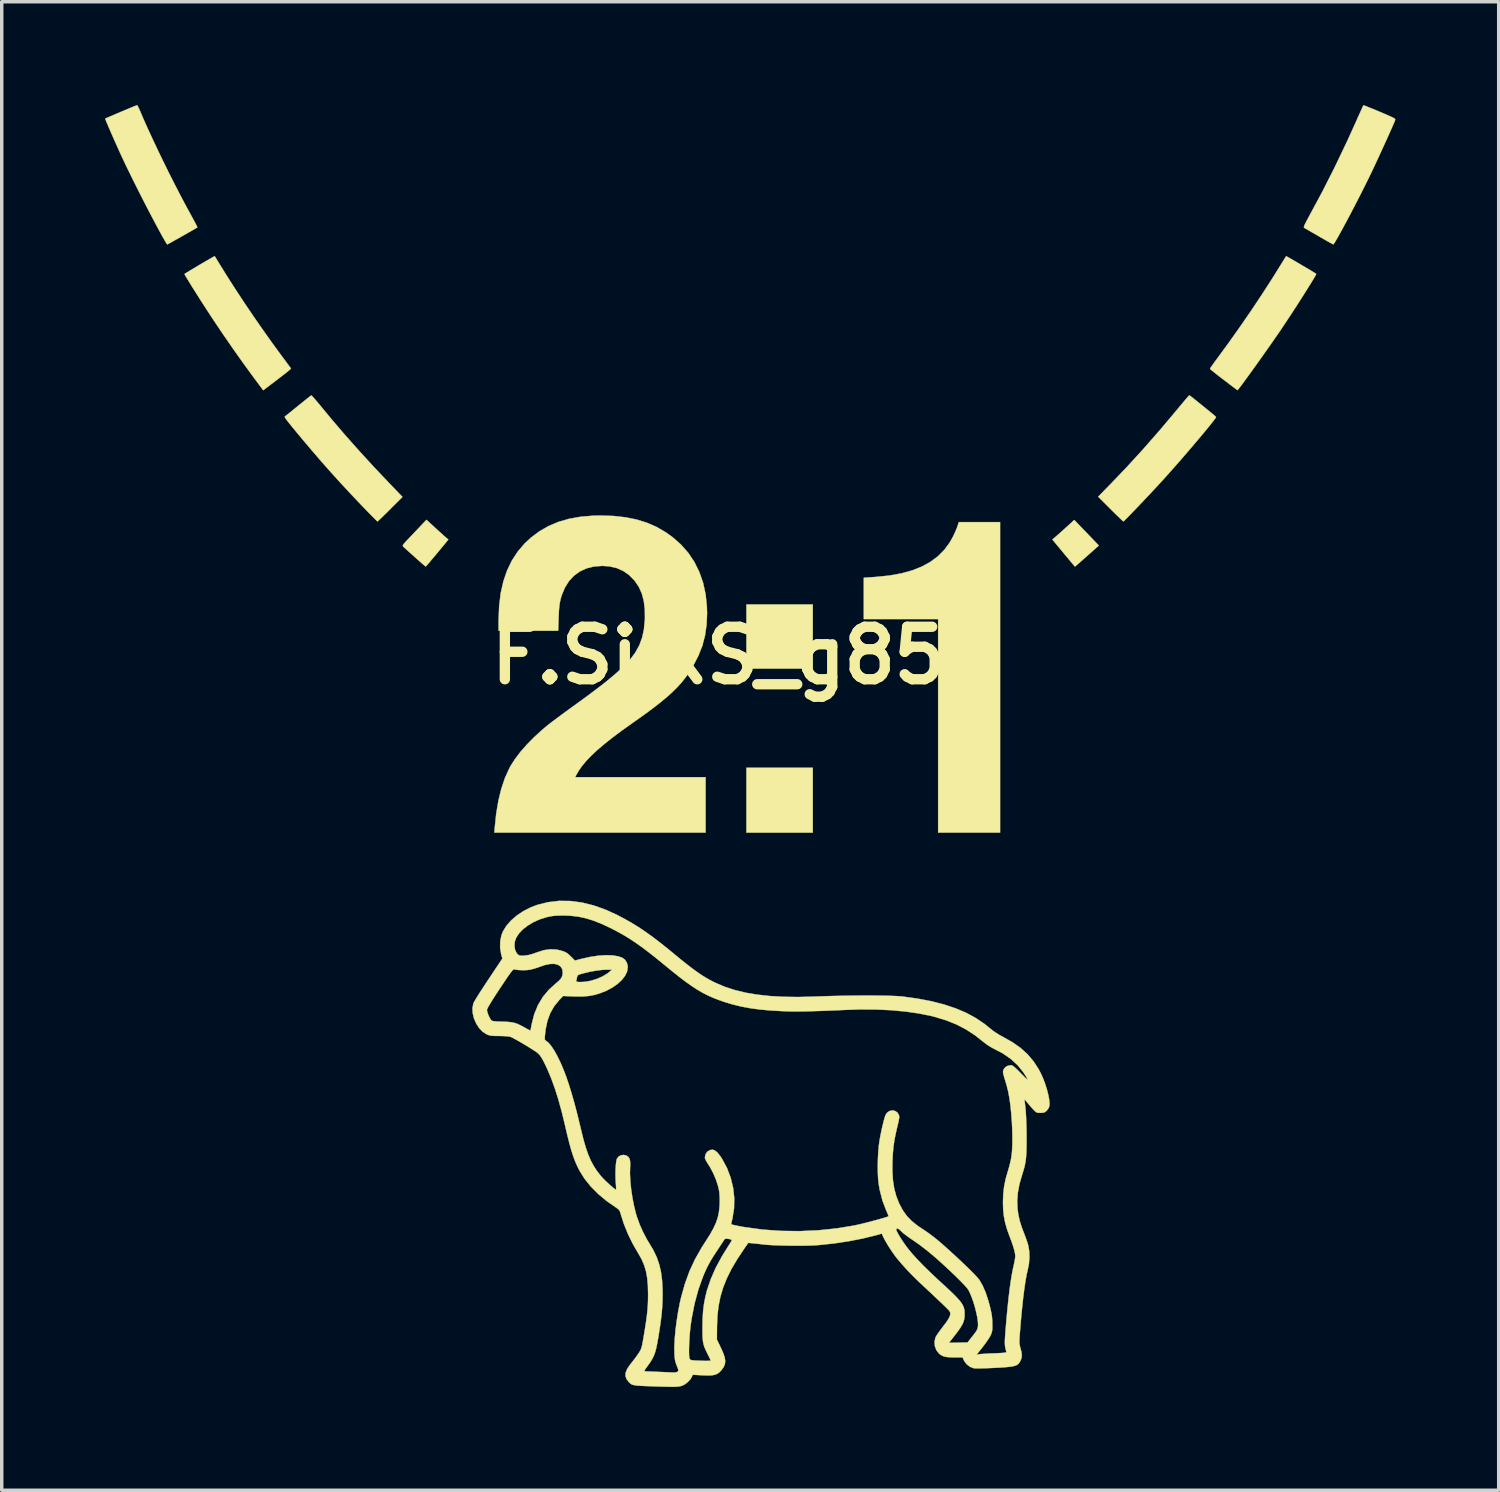
<source format=kicad_pcb>
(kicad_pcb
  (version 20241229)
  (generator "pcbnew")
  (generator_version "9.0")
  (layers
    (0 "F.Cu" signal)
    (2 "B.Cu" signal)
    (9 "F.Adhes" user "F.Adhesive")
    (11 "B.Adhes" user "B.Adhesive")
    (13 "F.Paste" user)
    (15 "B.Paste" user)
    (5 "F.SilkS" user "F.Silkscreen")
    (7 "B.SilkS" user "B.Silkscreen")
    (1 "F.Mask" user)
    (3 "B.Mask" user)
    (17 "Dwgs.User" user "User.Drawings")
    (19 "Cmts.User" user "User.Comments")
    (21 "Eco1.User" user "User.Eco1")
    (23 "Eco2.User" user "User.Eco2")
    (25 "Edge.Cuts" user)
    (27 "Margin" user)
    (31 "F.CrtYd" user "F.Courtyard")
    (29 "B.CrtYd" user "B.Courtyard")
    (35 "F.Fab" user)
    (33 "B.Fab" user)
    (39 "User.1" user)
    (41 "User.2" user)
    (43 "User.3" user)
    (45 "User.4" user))
  (footprint "F.SilkS_g852"
    (layer "F.Cu")
    (at 18.542 15.986)
    (property "Reference" "F.SilkS_g852" (at 0 0 0) (layer "F.SilkS") (effects (font (size 1.524 1.524) (thickness 0.3))))
    (attr through_hole)
    (fp_poly (pts (xy 2.011 0.381) (xy 0.085 0.381) (xy 0.085 -1.482) (xy 2.011 -1.482) (xy 2.011 0.381)) (stroke (width 0.01) (type solid)) (fill yes) (layer "F.SilkS"))
    (fp_poly (pts (xy 2.011 5.144) (xy 0.085 5.144) (xy 0.085 3.26) (xy 2.011 3.26) (xy 2.011 5.144)) (stroke (width 0.01) (type solid)) (fill yes) (layer "F.SilkS"))
    (fp_poly (pts (xy 7.451 5.144) (xy 5.652 5.144) (xy 5.652 -1.058) (xy 3.493 -1.058) (xy 3.493 -2.257) (xy 3.858 -2.283) (xy 4.239 -2.322) (xy 4.585 -2.385) (xy 4.898 -2.471) (xy 5.178 -2.582) (xy 5.426 -2.718) (xy 5.642 -2.878) (xy 5.829 -3.065) (xy 5.986 -3.278) (xy 6.073 -3.431) (xy 6.121 -3.53) (xy 6.166 -3.63) (xy 6.201 -3.716) (xy 6.214 -3.754) (xy 6.252 -3.873) (xy 7.451 -3.873) (xy 7.451 5.144)) (stroke (width 0.01) (type solid)) (fill yes) (layer "F.SilkS"))
    (fp_poly (pts (xy 9.783 -3.751) (xy 9.876 -3.654) (xy 9.983 -3.543) (xy 10.087 -3.435) (xy 10.14 -3.38) (xy 10.319 -3.193) (xy 10.23 -3.115) (xy 10.183 -3.074) (xy 10.113 -3.011) (xy 10.027 -2.935) (xy 9.933 -2.851) (xy 9.886 -2.81) (xy 9.8 -2.733) (xy 9.726 -2.668) (xy 9.668 -2.618) (xy 9.633 -2.589) (xy 9.625 -2.583) (xy 9.611 -2.599) (xy 9.573 -2.643) (xy 9.516 -2.711) (xy 9.444 -2.798) (xy 9.359 -2.899) (xy 9.295 -2.976) (xy 8.97 -3.368) (xy 9.062 -3.446) (xy 9.112 -3.49) (xy 9.185 -3.554) (xy 9.271 -3.631) (xy 9.361 -3.713) (xy 9.38 -3.73) (xy 9.605 -3.936) (xy 9.783 -3.751)) (stroke (width 0.01) (type solid)) (fill yes) (layer "F.SilkS"))
    (fp_poly (pts (xy -8.969 -3.722) (xy -8.879 -3.639) (xy -8.793 -3.561) (xy -8.719 -3.494) (xy -8.665 -3.446) (xy -8.651 -3.435) (xy -8.572 -3.366) (xy -8.895 -2.976) (xy -8.986 -2.867) (xy -9.068 -2.77) (xy -9.136 -2.688) (xy -9.189 -2.628) (xy -9.221 -2.592) (xy -9.229 -2.585) (xy -9.247 -2.598) (xy -9.292 -2.635) (xy -9.358 -2.692) (xy -9.44 -2.765) (xy -9.535 -2.849) (xy -9.546 -2.859) (xy -9.643 -2.946) (xy -9.731 -3.025) (xy -9.804 -3.091) (xy -9.856 -3.139) (xy -9.883 -3.164) (xy -9.884 -3.165) (xy -9.894 -3.183) (xy -9.89 -3.206) (xy -9.865 -3.242) (xy -9.816 -3.297) (xy -9.778 -3.339) (xy -9.711 -3.409) (xy -9.625 -3.499) (xy -9.531 -3.599) (xy -9.439 -3.696) (xy -9.425 -3.711) (xy -9.208 -3.94) (xy -8.969 -3.722)) (stroke (width 0.01) (type solid)) (fill yes) (layer "F.SilkS"))
    (fp_poly (pts (xy -15.344 -11.576) (xy -15.314 -11.527) (xy -15.272 -11.458) (xy -15.23 -11.39) (xy -15.007 -11.029) (xy -14.761 -10.644) (xy -14.497 -10.243) (xy -14.22 -9.834) (xy -13.935 -9.424) (xy -13.648 -9.021) (xy -13.414 -8.702) (xy -13.141 -8.334) (xy -13.19 -8.287) (xy -13.222 -8.26) (xy -13.281 -8.213) (xy -13.363 -8.149) (xy -13.46 -8.074) (xy -13.568 -7.991) (xy -13.594 -7.972) (xy -13.948 -7.703) (xy -14.222 -8.071) (xy -14.514 -8.471) (xy -14.818 -8.9) (xy -15.125 -9.345) (xy -15.367 -9.705) (xy -15.459 -9.844) (xy -15.556 -9.992) (xy -15.655 -10.146) (xy -15.755 -10.3) (xy -15.851 -10.452) (xy -15.942 -10.596) (xy -16.026 -10.729) (xy -16.098 -10.847) (xy -16.158 -10.945) (xy -16.202 -11.019) (xy -16.227 -11.065) (xy -16.232 -11.08) (xy -16.209 -11.095) (xy -16.156 -11.128) (xy -16.081 -11.174) (xy -15.988 -11.23) (xy -15.884 -11.292) (xy -15.775 -11.357) (xy -15.667 -11.42) (xy -15.566 -11.479) (xy -15.479 -11.529) (xy -15.411 -11.568) (xy -15.369 -11.591) (xy -15.357 -11.596) (xy -15.344 -11.576)) (stroke (width 0.01) (type solid)) (fill yes) (layer "F.SilkS"))
    (fp_poly (pts (xy -12.534 -7.539) (xy -12.495 -7.498) (xy -12.44 -7.436) (xy -12.375 -7.359) (xy -12.359 -7.34) (xy -11.964 -6.862) (xy -11.567 -6.398) (xy -11.16 -5.94) (xy -10.735 -5.476) (xy -10.284 -4.999) (xy -10.281 -4.997) (xy -9.905 -4.605) (xy -10.26 -4.25) (xy -10.36 -4.15) (xy -10.451 -4.061) (xy -10.527 -3.987) (xy -10.585 -3.932) (xy -10.62 -3.901) (xy -10.629 -3.895) (xy -10.647 -3.909) (xy -10.69 -3.951) (xy -10.754 -4.015) (xy -10.837 -4.098) (xy -10.933 -4.197) (xy -11.039 -4.307) (xy -11.055 -4.323) (xy -11.381 -4.666) (xy -11.684 -4.992) (xy -11.972 -5.309) (xy -12.254 -5.628) (xy -12.539 -5.959) (xy -12.762 -6.223) (xy -12.906 -6.395) (xy -13.024 -6.538) (xy -13.12 -6.654) (xy -13.194 -6.746) (xy -13.249 -6.816) (xy -13.288 -6.868) (xy -13.311 -6.903) (xy -13.322 -6.926) (xy -13.322 -6.937) (xy -13.32 -6.94) (xy -13.298 -6.956) (xy -13.249 -6.996) (xy -13.176 -7.054) (xy -13.086 -7.127) (xy -12.983 -7.21) (xy -12.935 -7.25) (xy -12.828 -7.336) (xy -12.732 -7.413) (xy -12.652 -7.476) (xy -12.593 -7.523) (xy -12.559 -7.548) (xy -12.553 -7.552) (xy -12.534 -7.539)) (stroke (width 0.01) (type solid)) (fill yes) (layer "F.SilkS"))
    (fp_poly (pts (xy 12.965 -7.544) (xy 13.011 -7.509) (xy 13.079 -7.456) (xy 13.162 -7.389) (xy 13.255 -7.314) (xy 13.353 -7.235) (xy 13.45 -7.156) (xy 13.54 -7.082) (xy 13.618 -7.018) (xy 13.678 -6.967) (xy 13.714 -6.935) (xy 13.723 -6.927) (xy 13.713 -6.905) (xy 13.677 -6.855) (xy 13.619 -6.779) (xy 13.541 -6.681) (xy 13.446 -6.564) (xy 13.336 -6.431) (xy 13.214 -6.286) (xy 13.082 -6.13) (xy 12.944 -5.968) (xy 12.802 -5.803) (xy 12.659 -5.638) (xy 12.517 -5.476) (xy 12.379 -5.32) (xy 12.247 -5.173) (xy 12.228 -5.152) (xy 12.131 -5.045) (xy 12.022 -4.927) (xy 11.904 -4.8) (xy 11.782 -4.669) (xy 11.658 -4.538) (xy 11.536 -4.409) (xy 11.42 -4.287) (xy 11.312 -4.175) (xy 11.217 -4.077) (xy 11.138 -3.996) (xy 11.079 -3.937) (xy 11.042 -3.902) (xy 11.032 -3.895) (xy 11.013 -3.909) (xy 10.969 -3.949) (xy 10.904 -4.012) (xy 10.822 -4.091) (xy 10.727 -4.185) (xy 10.658 -4.254) (xy 10.3 -4.612) (xy 10.669 -4.989) (xy 11.132 -5.473) (xy 11.605 -5.99) (xy 12.09 -6.544) (xy 12.588 -7.135) (xy 12.591 -7.138) (xy 12.684 -7.252) (xy 12.769 -7.353) (xy 12.842 -7.439) (xy 12.898 -7.504) (xy 12.934 -7.544) (xy 12.947 -7.556) (xy 12.965 -7.544)) (stroke (width 0.01) (type solid)) (fill yes) (layer "F.SilkS"))
    (fp_poly (pts (xy 15.777 -11.587) (xy 15.826 -11.56) (xy 15.899 -11.518) (xy 15.989 -11.466) (xy 16.092 -11.406) (xy 16.201 -11.342) (xy 16.309 -11.278) (xy 16.411 -11.218) (xy 16.5 -11.164) (xy 16.571 -11.121) (xy 16.617 -11.092) (xy 16.632 -11.082) (xy 16.625 -11.061) (xy 16.596 -11.009) (xy 16.549 -10.93) (xy 16.487 -10.827) (xy 16.41 -10.704) (xy 16.323 -10.565) (xy 16.228 -10.414) (xy 16.126 -10.255) (xy 16.021 -10.092) (xy 15.915 -9.929) (xy 15.81 -9.77) (xy 15.709 -9.618) (xy 15.626 -9.493) (xy 15.535 -9.359) (xy 15.433 -9.212) (xy 15.324 -9.055) (xy 15.209 -8.892) (xy 15.092 -8.726) (xy 14.975 -8.561) (xy 14.86 -8.4) (xy 14.751 -8.248) (xy 14.649 -8.108) (xy 14.558 -7.983) (xy 14.48 -7.876) (xy 14.417 -7.793) (xy 14.372 -7.735) (xy 14.347 -7.708) (xy 14.344 -7.706) (xy 14.327 -7.718) (xy 14.281 -7.753) (xy 14.21 -7.806) (xy 14.12 -7.874) (xy 14.016 -7.954) (xy 13.945 -8.007) (xy 13.833 -8.093) (xy 13.733 -8.171) (xy 13.65 -8.237) (xy 13.589 -8.287) (xy 13.554 -8.318) (xy 13.548 -8.326) (xy 13.559 -8.348) (xy 13.592 -8.398) (xy 13.643 -8.47) (xy 13.706 -8.557) (xy 13.754 -8.622) (xy 14.082 -9.07) (xy 14.414 -9.538) (xy 14.743 -10.015) (xy 15.06 -10.491) (xy 15.36 -10.956) (xy 15.563 -11.282) (xy 15.626 -11.383) (xy 15.68 -11.471) (xy 15.723 -11.54) (xy 15.75 -11.583) (xy 15.759 -11.596) (xy 15.777 -11.587)) (stroke (width 0.01) (type solid)) (fill yes) (layer "F.SilkS"))
    (fp_poly (pts (xy -17.596 -15.963) (xy -17.571 -15.914) (xy -17.539 -15.845) (xy -17.527 -15.817) (xy -17.422 -15.571) (xy -17.299 -15.296) (xy -17.161 -14.998) (xy -17.013 -14.684) (xy -16.858 -14.362) (xy -16.699 -14.039) (xy -16.539 -13.722) (xy -16.382 -13.417) (xy -16.232 -13.132) (xy -16.108 -12.903) (xy -16.039 -12.776) (xy -15.977 -12.662) (xy -15.925 -12.566) (xy -15.887 -12.492) (xy -15.865 -12.446) (xy -15.86 -12.433) (xy -15.88 -12.42) (xy -15.93 -12.391) (xy -16.005 -12.348) (xy -16.098 -12.295) (xy -16.202 -12.236) (xy -16.311 -12.174) (xy -16.42 -12.112) (xy -16.522 -12.055) (xy -16.61 -12.005) (xy -16.679 -11.967) (xy -16.722 -11.944) (xy -16.734 -11.938) (xy -16.748 -11.955) (xy -16.775 -11.997) (xy -16.794 -12.028) (xy -16.878 -12.175) (xy -16.976 -12.355) (xy -17.087 -12.561) (xy -17.207 -12.788) (xy -17.332 -13.028) (xy -17.46 -13.277) (xy -17.587 -13.529) (xy -17.711 -13.776) (xy -17.828 -14.014) (xy -17.936 -14.235) (xy -18.031 -14.435) (xy -18.075 -14.531) (xy -18.139 -14.672) (xy -18.205 -14.819) (xy -18.271 -14.967) (xy -18.334 -15.11) (xy -18.393 -15.244) (xy -18.444 -15.363) (xy -18.486 -15.462) (xy -18.517 -15.536) (xy -18.534 -15.58) (xy -18.537 -15.591) (xy -18.515 -15.601) (xy -18.462 -15.625) (xy -18.382 -15.659) (xy -18.284 -15.701) (xy -18.173 -15.749) (xy -18.056 -15.798) (xy -17.941 -15.846) (xy -17.833 -15.891) (xy -17.74 -15.93) (xy -17.667 -15.959) (xy -17.622 -15.977) (xy -17.611 -15.981) (xy -17.596 -15.963)) (stroke (width 0.01) (type solid)) (fill yes) (layer "F.SilkS"))
    (fp_poly (pts (xy 18.024 -15.972) (xy 18.078 -15.952) (xy 18.16 -15.919) (xy 18.265 -15.877) (xy 18.387 -15.826) (xy 18.475 -15.789) (xy 18.622 -15.727) (xy 18.733 -15.679) (xy 18.814 -15.642) (xy 18.87 -15.615) (xy 18.904 -15.594) (xy 18.921 -15.577) (xy 18.926 -15.562) (xy 18.923 -15.546) (xy 18.921 -15.542) (xy 18.897 -15.483) (xy 18.858 -15.391) (xy 18.805 -15.272) (xy 18.743 -15.132) (xy 18.673 -14.976) (xy 18.597 -14.81) (xy 18.519 -14.64) (xy 18.442 -14.471) (xy 18.366 -14.308) (xy 18.296 -14.159) (xy 18.247 -14.054) (xy 18.168 -13.892) (xy 18.082 -13.717) (xy 17.99 -13.533) (xy 17.894 -13.343) (xy 17.795 -13.151) (xy 17.696 -12.961) (xy 17.6 -12.776) (xy 17.506 -12.6) (xy 17.419 -12.438) (xy 17.339 -12.292) (xy 17.27 -12.166) (xy 17.211 -12.064) (xy 17.167 -11.99) (xy 17.137 -11.948) (xy 17.127 -11.939) (xy 17.106 -11.95) (xy 17.053 -11.978) (xy 16.974 -12.022) (xy 16.876 -12.078) (xy 16.763 -12.143) (xy 16.711 -12.173) (xy 16.592 -12.242) (xy 16.484 -12.304) (xy 16.393 -12.357) (xy 16.326 -12.396) (xy 16.286 -12.419) (xy 16.28 -12.423) (xy 16.273 -12.437) (xy 16.281 -12.47) (xy 16.304 -12.524) (xy 16.344 -12.604) (xy 16.404 -12.716) (xy 16.421 -12.747) (xy 16.804 -13.459) (xy 17.18 -14.202) (xy 17.543 -14.963) (xy 17.78 -15.485) (xy 17.839 -15.618) (xy 17.892 -15.737) (xy 17.938 -15.838) (xy 17.973 -15.916) (xy 17.996 -15.964) (xy 18.003 -15.978) (xy 18.024 -15.972)) (stroke (width 0.01) (type solid)) (fill yes) (layer "F.SilkS"))
    (fp_poly (pts (xy -3.773 -4.052) (xy -3.425 -4.013) (xy -3.103 -3.948) (xy -2.805 -3.855) (xy -2.525 -3.733) (xy -2.262 -3.58) (xy -2.061 -3.437) (xy -1.816 -3.221) (xy -1.604 -2.98) (xy -1.426 -2.714) (xy -1.283 -2.424) (xy -1.174 -2.112) (xy -1.101 -1.779) (xy -1.064 -1.424) (xy -1.058 -1.225) (xy -1.073 -0.891) (xy -1.118 -0.581) (xy -1.196 -0.285) (xy -1.309 0.004) (xy -1.459 0.295) (xy -1.488 0.345) (xy -1.584 0.498) (xy -1.687 0.643) (xy -1.8 0.784) (xy -1.926 0.924) (xy -2.069 1.065) (xy -2.231 1.211) (xy -2.417 1.365) (xy -2.629 1.53) (xy -2.871 1.709) (xy -3.146 1.905) (xy -3.207 1.947) (xy -3.517 2.168) (xy -3.791 2.372) (xy -4.031 2.562) (xy -4.239 2.738) (xy -4.417 2.904) (xy -4.567 3.061) (xy -4.691 3.21) (xy -4.791 3.353) (xy -4.855 3.466) (xy -4.891 3.535) (xy -1.101 3.535) (xy -1.101 5.144) (xy -7.235 5.144) (xy -7.225 5.011) (xy -7.182 4.597) (xy -7.119 4.219) (xy -7.035 3.875) (xy -6.931 3.564) (xy -6.805 3.285) (xy -6.751 3.186) (xy -6.628 2.996) (xy -6.473 2.793) (xy -6.289 2.584) (xy -6.082 2.374) (xy -5.858 2.168) (xy -5.685 2.023) (xy -5.615 1.969) (xy -5.517 1.894) (xy -5.399 1.806) (xy -5.266 1.707) (xy -5.126 1.605) (xy -4.985 1.503) (xy -4.983 1.501) (xy -4.719 1.31) (xy -4.486 1.139) (xy -4.282 0.985) (xy -4.101 0.847) (xy -3.942 0.72) (xy -3.799 0.601) (xy -3.669 0.489) (xy -3.549 0.379) (xy -3.485 0.318) (xy -3.293 0.116) (xy -3.141 -0.087) (xy -3.025 -0.298) (xy -2.942 -0.524) (xy -2.89 -0.77) (xy -2.864 -1.044) (xy -2.863 -1.069) (xy -2.866 -1.341) (xy -2.896 -1.583) (xy -2.953 -1.799) (xy -3.039 -1.991) (xy -3.155 -2.164) (xy -3.167 -2.178) (xy -3.322 -2.336) (xy -3.495 -2.457) (xy -3.688 -2.542) (xy -3.903 -2.59) (xy -4.106 -2.603) (xy -4.344 -2.584) (xy -4.561 -2.53) (xy -4.755 -2.44) (xy -4.925 -2.316) (xy -5.07 -2.158) (xy -5.189 -1.968) (xy -5.28 -1.747) (xy -5.314 -1.63) (xy -5.334 -1.536) (xy -5.349 -1.431) (xy -5.36 -1.307) (xy -5.368 -1.153) (xy -5.37 -1.085) (xy -5.382 -0.72) (xy -7.112 -0.72) (xy -7.112 -1.042) (xy -7.096 -1.441) (xy -7.051 -1.811) (xy -6.974 -2.153) (xy -6.866 -2.468) (xy -6.727 -2.756) (xy -6.556 -3.018) (xy -6.353 -3.256) (xy -6.175 -3.421) (xy -5.929 -3.606) (xy -5.662 -3.759) (xy -5.375 -3.88) (xy -5.064 -3.97) (xy -4.727 -4.03) (xy -4.362 -4.06) (xy -4.152 -4.064) (xy -3.773 -4.052)) (stroke (width 0.01) (type solid)) (fill yes) (layer "F.SilkS"))
    (fp_poly (pts (xy -5.029 7.13) (xy -4.692 7.174) (xy -4.346 7.26) (xy -3.993 7.387) (xy -3.672 7.534) (xy -3.454 7.649) (xy -3.246 7.767) (xy -3.043 7.892) (xy -2.839 8.029) (xy -2.627 8.182) (xy -2.401 8.355) (xy -2.155 8.552) (xy -2.043 8.645) (xy -1.834 8.817) (xy -1.651 8.963) (xy -1.49 9.087) (xy -1.346 9.192) (xy -1.215 9.282) (xy -1.09 9.359) (xy -0.969 9.428) (xy -0.845 9.491) (xy -0.794 9.515) (xy -0.529 9.626) (xy -0.244 9.718) (xy 0.064 9.793) (xy 0.397 9.849) (xy 0.759 9.889) (xy 1.151 9.911) (xy 1.577 9.918) (xy 2.038 9.907) (xy 2.138 9.903) (xy 2.359 9.895) (xy 2.595 9.888) (xy 2.84 9.883) (xy 3.09 9.879) (xy 3.339 9.876) (xy 3.581 9.875) (xy 3.812 9.876) (xy 4.027 9.879) (xy 4.219 9.882) (xy 4.385 9.888) (xy 4.518 9.895) (xy 4.604 9.902) (xy 5.047 9.963) (xy 5.452 10.04) (xy 5.823 10.135) (xy 6.162 10.248) (xy 6.47 10.379) (xy 6.75 10.531) (xy 7.004 10.703) (xy 7.165 10.834) (xy 7.285 10.927) (xy 7.43 11.019) (xy 7.536 11.077) (xy 7.81 11.231) (xy 8.047 11.398) (xy 8.25 11.582) (xy 8.424 11.787) (xy 8.572 12.016) (xy 8.636 12.139) (xy 8.702 12.286) (xy 8.761 12.444) (xy 8.811 12.603) (xy 8.85 12.756) (xy 8.876 12.894) (xy 8.887 13.01) (xy 8.882 13.086) (xy 8.857 13.149) (xy 8.813 13.21) (xy 8.804 13.22) (xy 8.758 13.258) (xy 8.711 13.276) (xy 8.645 13.282) (xy 8.623 13.282) (xy 8.556 13.28) (xy 8.511 13.269) (xy 8.471 13.241) (xy 8.42 13.188) (xy 8.418 13.186) (xy 8.352 13.113) (xy 8.28 13.03) (xy 8.243 12.987) (xy 8.158 12.883) (xy 8.188 13.146) (xy 8.197 13.25) (xy 8.205 13.388) (xy 8.212 13.549) (xy 8.217 13.725) (xy 8.22 13.907) (xy 8.22 13.97) (xy 8.22 14.179) (xy 8.217 14.353) (xy 8.211 14.499) (xy 8.2 14.625) (xy 8.183 14.737) (xy 8.161 14.844) (xy 8.131 14.953) (xy 8.097 15.06) (xy 8.015 15.342) (xy 7.966 15.604) (xy 7.948 15.852) (xy 7.958 16.071) (xy 7.983 16.249) (xy 8.022 16.421) (xy 8.078 16.6) (xy 8.145 16.775) (xy 8.185 16.88) (xy 8.224 16.989) (xy 8.255 17.084) (xy 8.267 17.124) (xy 8.296 17.29) (xy 8.303 17.476) (xy 8.289 17.664) (xy 8.26 17.812) (xy 8.224 17.97) (xy 8.188 18.167) (xy 8.153 18.403) (xy 8.119 18.674) (xy 8.087 18.977) (xy 8.055 19.312) (xy 8.033 19.585) (xy 8.022 19.724) (xy 8.015 19.829) (xy 8.012 19.907) (xy 8.013 19.967) (xy 8.019 20.016) (xy 8.028 20.063) (xy 8.042 20.116) (xy 8.044 20.121) (xy 8.072 20.232) (xy 8.083 20.317) (xy 8.077 20.387) (xy 8.053 20.457) (xy 8.043 20.48) (xy 8.016 20.529) (xy 7.986 20.568) (xy 7.948 20.599) (xy 7.896 20.623) (xy 7.825 20.642) (xy 7.732 20.656) (xy 7.609 20.668) (xy 7.454 20.679) (xy 7.292 20.687) (xy 7.119 20.695) (xy 6.967 20.7) (xy 6.841 20.703) (xy 6.745 20.702) (xy 6.685 20.698) (xy 6.676 20.696) (xy 6.575 20.655) (xy 6.482 20.584) (xy 6.413 20.493) (xy 6.4 20.468) (xy 6.363 20.384) (xy 6.123 20.384) (xy 5.982 20.38) (xy 5.874 20.368) (xy 5.79 20.345) (xy 5.723 20.309) (xy 5.676 20.271) (xy 5.602 20.175) (xy 5.558 20.058) (xy 5.547 19.933) (xy 5.572 19.813) (xy 5.576 19.802) (xy 5.6 19.759) (xy 5.645 19.691) (xy 5.705 19.607) (xy 5.774 19.515) (xy 5.795 19.487) (xy 5.888 19.365) (xy 5.952 19.267) (xy 5.991 19.19) (xy 6.006 19.128) (xy 6 19.076) (xy 5.982 19.041) (xy 5.968 19.022) (xy 5.942 18.994) (xy 5.902 18.953) (xy 5.845 18.897) (xy 5.77 18.825) (xy 5.674 18.734) (xy 5.555 18.621) (xy 5.411 18.486) (xy 5.239 18.325) (xy 5.135 18.228) (xy 4.945 18.044) (xy 4.762 17.856) (xy 4.595 17.671) (xy 4.45 17.499) (xy 4.401 17.435) (xy 4.328 17.333) (xy 4.251 17.218) (xy 4.177 17.1) (xy 4.113 16.99) (xy 4.064 16.897) (xy 4.045 16.856) (xy 4.018 16.789) (xy 3.83 16.841) (xy 3.456 16.932) (xy 3.055 17.01) (xy 2.64 17.073) (xy 2.226 17.117) (xy 2.117 17.126) (xy 1.973 17.134) (xy 1.8 17.138) (xy 1.608 17.14) (xy 1.405 17.139) (xy 1.2 17.136) (xy 1.004 17.13) (xy 0.824 17.123) (xy 0.671 17.113) (xy 0.582 17.104) (xy 0.477 17.092) (xy 0.367 17.08) (xy 0.275 17.071) (xy 0.138 17.057) (xy 0.008 17.244) (xy -0.189 17.543) (xy -0.354 17.823) (xy -0.487 18.092) (xy -0.592 18.356) (xy -0.671 18.62) (xy -0.725 18.891) (xy -0.758 19.175) (xy -0.77 19.479) (xy -0.77 19.484) (xy -0.773 19.865) (xy -0.651 20.119) (xy -0.585 20.268) (xy -0.545 20.391) (xy -0.531 20.494) (xy -0.543 20.585) (xy -0.58 20.67) (xy -0.643 20.756) (xy -0.646 20.759) (xy -0.704 20.819) (xy -0.766 20.862) (xy -0.839 20.89) (xy -0.93 20.905) (xy -1.048 20.908) (xy -1.193 20.903) (xy -1.475 20.888) (xy -1.501 20.95) (xy -1.545 21.021) (xy -1.613 21.095) (xy -1.693 21.159) (xy -1.757 21.195) (xy -1.798 21.21) (xy -1.84 21.222) (xy -1.89 21.23) (xy -1.953 21.235) (xy -2.033 21.237) (xy -2.137 21.237) (xy -2.27 21.234) (xy -2.438 21.229) (xy -2.519 21.227) (xy -2.711 21.22) (xy -2.865 21.215) (xy -2.987 21.209) (xy -3.081 21.202) (xy -3.152 21.193) (xy -3.204 21.183) (xy -3.243 21.169) (xy -3.274 21.152) (xy -3.3 21.13) (xy -3.326 21.105) (xy -3.395 21.017) (xy -3.428 20.925) (xy -3.422 20.826) (xy -3.378 20.718) (xy -3.296 20.596) (xy -3.278 20.574) (xy -3.206 20.483) (xy -3.131 20.384) (xy -3.067 20.293) (xy -3.053 20.273) (xy -3.02 20.223) (xy -2.995 20.181) (xy -2.975 20.137) (xy -2.958 20.085) (xy -2.942 20.018) (xy -2.925 19.929) (xy -2.904 19.81) (xy -2.888 19.712) (xy -2.852 19.493) (xy -2.824 19.307) (xy -2.803 19.145) (xy -2.788 19) (xy -2.778 18.863) (xy -2.773 18.725) (xy -2.771 18.579) (xy -2.771 18.542) (xy -2.777 18.292) (xy -2.797 18.075) (xy -2.832 17.882) (xy -2.885 17.706) (xy -2.957 17.538) (xy -3.05 17.371) (xy -3.064 17.349) (xy -3.22 17.078) (xy -3.359 16.792) (xy -3.476 16.503) (xy -3.565 16.224) (xy -3.576 16.182) (xy -3.598 16.123) (xy -3.637 16.078) (xy -3.698 16.034) (xy -3.972 15.844) (xy -4.219 15.638) (xy -4.437 15.418) (xy -4.62 15.19) (xy -4.76 14.965) (xy -4.817 14.852) (xy -4.87 14.738) (xy -4.918 14.616) (xy -4.965 14.481) (xy -5.012 14.329) (xy -5.06 14.152) (xy -5.112 13.947) (xy -5.169 13.707) (xy -5.186 13.631) (xy -5.281 13.242) (xy -5.378 12.89) (xy -5.479 12.57) (xy -5.586 12.277) (xy -5.7 12.006) (xy -5.758 11.883) (xy -5.821 11.758) (xy -5.874 11.666) (xy -5.921 11.6) (xy -5.967 11.553) (xy -6.017 11.515) (xy -6.095 11.463) (xy -6.192 11.401) (xy -6.302 11.333) (xy -6.416 11.265) (xy -6.527 11.2) (xy -6.628 11.144) (xy -6.709 11.101) (xy -6.764 11.075) (xy -6.771 11.073) (xy -6.821 11.063) (xy -6.901 11.056) (xy -7.001 11.051) (xy -7.099 11.049) (xy -7.213 11.048) (xy -7.296 11.044) (xy -7.358 11.035) (xy -7.409 11.021) (xy -7.46 11) (xy -7.462 10.999) (xy -7.578 10.923) (xy -7.68 10.816) (xy -7.764 10.685) (xy -7.827 10.54) (xy -7.863 10.39) (xy -7.868 10.292) (xy -7.451 10.292) (xy -7.441 10.349) (xy -7.416 10.424) (xy -7.382 10.502) (xy -7.345 10.567) (xy -7.318 10.601) (xy -7.283 10.615) (xy -7.215 10.625) (xy -7.111 10.631) (xy -7.002 10.634) (xy -6.86 10.639) (xy -6.748 10.65) (xy -6.652 10.669) (xy -6.561 10.7) (xy -6.461 10.748) (xy -6.352 10.807) (xy -6.28 10.847) (xy -6.224 10.877) (xy -6.192 10.893) (xy -6.188 10.894) (xy -6.183 10.873) (xy -6.172 10.82) (xy -6.158 10.744) (xy -6.15 10.702) (xy -6.077 10.416) (xy -5.969 10.154) (xy -5.827 9.916) (xy -5.65 9.703) (xy -5.439 9.514) (xy -5.435 9.511) (xy -5.367 9.452) (xy -4.861 9.452) (xy -4.85 9.47) (xy -4.805 9.481) (xy -4.735 9.483) (xy -4.647 9.479) (xy -4.55 9.468) (xy -4.451 9.449) (xy -4.415 9.441) (xy -4.243 9.386) (xy -4.084 9.315) (xy -3.95 9.233) (xy -3.905 9.197) (xy -3.821 9.124) (xy -3.971 9.124) (xy -4.114 9.131) (xy -4.283 9.152) (xy -4.465 9.185) (xy -4.648 9.229) (xy -4.66 9.232) (xy -4.741 9.255) (xy -4.791 9.274) (xy -4.817 9.294) (xy -4.83 9.322) (xy -4.836 9.349) (xy -4.849 9.408) (xy -4.861 9.451) (xy -4.861 9.452) (xy -5.367 9.452) (xy -5.344 9.432) (xy -5.286 9.359) (xy -5.257 9.282) (xy -5.249 9.203) (xy -5.266 9.103) (xy -5.316 9.028) (xy -5.394 8.979) (xy -5.498 8.955) (xy -5.626 8.959) (xy -5.773 8.99) (xy -5.877 9.026) (xy -5.979 9.062) (xy -6.084 9.095) (xy -6.175 9.119) (xy -6.197 9.124) (xy -6.295 9.136) (xy -6.411 9.139) (xy -6.527 9.134) (xy -6.626 9.121) (xy -6.657 9.113) (xy -6.672 9.114) (xy -6.691 9.126) (xy -6.718 9.154) (xy -6.754 9.199) (xy -6.803 9.265) (xy -6.867 9.357) (xy -6.947 9.477) (xy -7.048 9.628) (xy -7.075 9.668) (xy -7.198 9.855) (xy -7.295 10.008) (xy -7.369 10.128) (xy -7.419 10.216) (xy -7.446 10.272) (xy -7.451 10.292) (xy -7.868 10.292) (xy -7.871 10.242) (xy -7.846 10.107) (xy -7.844 10.102) (xy -7.825 10.064) (xy -7.786 9.996) (xy -7.729 9.903) (xy -7.657 9.789) (xy -7.573 9.659) (xy -7.48 9.517) (xy -7.408 9.409) (xy -7.003 8.801) (xy -7.039 8.667) (xy -7.068 8.493) (xy -7.067 8.431) (xy -6.653 8.431) (xy -6.635 8.543) (xy -6.592 8.636) (xy -6.566 8.669) (xy -6.532 8.699) (xy -6.5 8.714) (xy -6.454 8.72) (xy -6.383 8.717) (xy -6.361 8.715) (xy -6.238 8.698) (xy -6.103 8.66) (xy -6.011 8.626) (xy -5.804 8.559) (xy -5.61 8.531) (xy -5.424 8.541) (xy -5.29 8.572) (xy -5.202 8.602) (xy -5.134 8.637) (xy -5.07 8.687) (xy -5.017 8.738) (xy -4.896 8.859) (xy -4.708 8.81) (xy -4.457 8.754) (xy -4.22 8.718) (xy -4.002 8.703) (xy -3.808 8.709) (xy -3.642 8.735) (xy -3.519 8.778) (xy -3.44 8.837) (xy -3.386 8.925) (xy -3.361 9.033) (xy -3.361 9.058) (xy -3.381 9.179) (xy -3.44 9.301) (xy -3.533 9.422) (xy -3.657 9.536) (xy -3.807 9.642) (xy -3.981 9.735) (xy -4.169 9.81) (xy -4.324 9.856) (xy -4.481 9.886) (xy -4.65 9.901) (xy -4.843 9.903) (xy -4.938 9.9) (xy -5.239 9.888) (xy -5.355 10.01) (xy -5.5 10.188) (xy -5.612 10.386) (xy -5.694 10.608) (xy -5.747 10.859) (xy -5.757 10.943) (xy -5.768 11.042) (xy -5.772 11.107) (xy -5.771 11.146) (xy -5.762 11.168) (xy -5.746 11.181) (xy -5.743 11.183) (xy -5.669 11.241) (xy -5.587 11.337) (xy -5.5 11.466) (xy -5.411 11.625) (xy -5.321 11.81) (xy -5.304 11.846) (xy -5.222 12.042) (xy -5.142 12.253) (xy -5.064 12.484) (xy -4.986 12.738) (xy -4.906 13.02) (xy -4.824 13.335) (xy -4.739 13.685) (xy -4.71 13.807) (xy -4.645 14.069) (xy -4.579 14.295) (xy -4.511 14.491) (xy -4.437 14.664) (xy -4.354 14.819) (xy -4.26 14.964) (xy -4.151 15.104) (xy -4.115 15.147) (xy -4.065 15.199) (xy -4.001 15.263) (xy -3.928 15.331) (xy -3.855 15.396) (xy -3.789 15.453) (xy -3.736 15.495) (xy -3.705 15.514) (xy -3.701 15.515) (xy -3.699 15.496) (xy -3.701 15.443) (xy -3.705 15.366) (xy -3.709 15.309) (xy -3.716 15.187) (xy -3.718 15.056) (xy -3.715 14.925) (xy -3.708 14.805) (xy -3.697 14.704) (xy -3.684 14.633) (xy -3.679 14.62) (xy -3.632 14.554) (xy -3.561 14.514) (xy -3.477 14.503) (xy -3.402 14.522) (xy -3.345 14.56) (xy -3.309 14.616) (xy -3.292 14.696) (xy -3.29 14.808) (xy -3.293 14.853) (xy -3.298 15.043) (xy -3.287 15.261) (xy -3.264 15.496) (xy -3.228 15.738) (xy -3.182 15.976) (xy -3.127 16.198) (xy -3.09 16.32) (xy -3.01 16.537) (xy -2.911 16.756) (xy -2.803 16.961) (xy -2.74 17.064) (xy -2.618 17.269) (xy -2.521 17.473) (xy -2.448 17.682) (xy -2.397 17.904) (xy -2.365 18.147) (xy -2.351 18.419) (xy -2.35 18.542) (xy -2.352 18.728) (xy -2.361 18.912) (xy -2.376 19.101) (xy -2.4 19.305) (xy -2.432 19.532) (xy -2.473 19.791) (xy -2.478 19.82) (xy -2.509 19.994) (xy -2.539 20.135) (xy -2.572 20.251) (xy -2.611 20.352) (xy -2.659 20.444) (xy -2.719 20.539) (xy -2.778 20.622) (xy -2.833 20.697) (xy -2.865 20.745) (xy -2.877 20.773) (xy -2.871 20.785) (xy -2.852 20.788) (xy -2.816 20.79) (xy -2.745 20.793) (xy -2.649 20.797) (xy -2.533 20.802) (xy -2.434 20.806) (xy -2.309 20.811) (xy -2.196 20.816) (xy -2.102 20.82) (xy -2.037 20.823) (xy -2.01 20.824) (xy -1.952 20.816) (xy -1.917 20.8) (xy -1.898 20.783) (xy -1.892 20.762) (xy -1.899 20.727) (xy -1.92 20.668) (xy -1.938 20.625) (xy -1.969 20.541) (xy -1.989 20.46) (xy -2 20.367) (xy -2.007 20.262) (xy -2.007 20.249) (xy -1.583 20.249) (xy -1.58 20.34) (xy -1.573 20.399) (xy -1.57 20.409) (xy -1.554 20.44) (xy -1.531 20.458) (xy -1.489 20.467) (xy -1.418 20.473) (xy -1.403 20.474) (xy -1.236 20.481) (xy -1.107 20.485) (xy -1.016 20.484) (xy -0.964 20.48) (xy -0.953 20.474) (xy -0.962 20.45) (xy -0.986 20.397) (xy -1.021 20.327) (xy -1.035 20.3) (xy -1.087 20.195) (xy -1.126 20.107) (xy -1.155 20.025) (xy -1.173 19.941) (xy -1.185 19.846) (xy -1.19 19.731) (xy -1.192 19.587) (xy -1.192 19.505) (xy -1.187 19.255) (xy -1.173 19.035) (xy -1.148 18.834) (xy -1.111 18.639) (xy -1.061 18.439) (xy -1.058 18.429) (xy -0.952 18.114) (xy -0.809 17.787) (xy -0.629 17.453) (xy -0.474 17.202) (xy -0.421 17.119) (xy -0.377 17.049) (xy -0.349 16.998) (xy -0.339 16.976) (xy -0.358 16.962) (xy -0.406 16.948) (xy -0.438 16.942) (xy -0.502 16.936) (xy -0.538 16.942) (xy -0.559 16.964) (xy -0.56 16.965) (xy -0.579 16.995) (xy -0.617 17.054) (xy -0.669 17.132) (xy -0.729 17.224) (xy -0.753 17.259) (xy -0.857 17.419) (xy -0.942 17.555) (xy -1.011 17.678) (xy -1.073 17.798) (xy -1.13 17.926) (xy -1.172 18.025) (xy -1.308 18.404) (xy -1.42 18.814) (xy -1.506 19.252) (xy -1.534 19.442) (xy -1.549 19.57) (xy -1.562 19.711) (xy -1.572 19.857) (xy -1.579 20) (xy -1.583 20.133) (xy -1.583 20.249) (xy -2.007 20.249) (xy -2.008 20.061) (xy -1.996 19.83) (xy -1.973 19.577) (xy -1.939 19.314) (xy -1.897 19.048) (xy -1.847 18.79) (xy -1.809 18.628) (xy -1.7 18.241) (xy -1.569 17.881) (xy -1.41 17.538) (xy -1.218 17.199) (xy -1.102 17.017) (xy -0.973 16.815) (xy -0.873 16.635) (xy -0.797 16.469) (xy -0.744 16.309) (xy -0.711 16.147) (xy -0.694 15.976) (xy -0.69 15.843) (xy -0.693 15.704) (xy -0.702 15.591) (xy -0.719 15.488) (xy -0.738 15.409) (xy -0.796 15.229) (xy -0.874 15.044) (xy -0.964 14.872) (xy -1.036 14.758) (xy -1.083 14.681) (xy -1.114 14.614) (xy -1.122 14.577) (xy -1.103 14.484) (xy -1.052 14.411) (xy -0.976 14.364) (xy -0.9 14.351) (xy -0.834 14.372) (xy -0.759 14.434) (xy -0.676 14.537) (xy -0.624 14.616) (xy -0.479 14.885) (xy -0.372 15.169) (xy -0.301 15.462) (xy -0.269 15.76) (xy -0.275 16.058) (xy -0.322 16.349) (xy -0.327 16.372) (xy -0.344 16.441) (xy -0.355 16.492) (xy -0.359 16.512) (xy -0.339 16.524) (xy -0.279 16.541) (xy -0.18 16.562) (xy -0.044 16.588) (xy 0.053 16.604) (xy 0.564 16.673) (xy 1.092 16.71) (xy 1.63 16.717) (xy 2.167 16.693) (xy 2.501 16.659) (xy 4.434 16.659) (xy 4.438 16.688) (xy 4.463 16.745) (xy 4.506 16.824) (xy 4.562 16.917) (xy 4.629 17.02) (xy 4.702 17.124) (xy 4.769 17.214) (xy 4.894 17.367) (xy 5.046 17.535) (xy 5.226 17.722) (xy 5.436 17.927) (xy 5.679 18.155) (xy 5.77 18.238) (xy 5.933 18.388) (xy 6.067 18.514) (xy 6.174 18.621) (xy 6.257 18.712) (xy 6.32 18.79) (xy 6.365 18.861) (xy 6.394 18.927) (xy 6.412 18.993) (xy 6.42 19.062) (xy 6.421 19.113) (xy 6.418 19.2) (xy 6.408 19.278) (xy 6.388 19.352) (xy 6.353 19.43) (xy 6.302 19.517) (xy 6.23 19.619) (xy 6.136 19.743) (xy 6.069 19.829) (xy 5.964 19.961) (xy 6.235 19.956) (xy 6.507 19.95) (xy 6.654 19.763) (xy 6.72 19.677) (xy 6.764 19.615) (xy 6.79 19.565) (xy 6.804 19.519) (xy 6.811 19.467) (xy 6.811 19.466) (xy 6.809 19.365) (xy 6.792 19.235) (xy 6.762 19.087) (xy 6.722 18.928) (xy 6.675 18.771) (xy 6.622 18.623) (xy 6.568 18.496) (xy 6.531 18.425) (xy 6.489 18.367) (xy 6.415 18.284) (xy 6.311 18.175) (xy 6.179 18.044) (xy 6.019 17.89) (xy 5.832 17.716) (xy 5.81 17.696) (xy 5.561 17.472) (xy 5.33 17.28) (xy 5.111 17.112) (xy 4.932 16.987) (xy 4.83 16.918) (xy 4.734 16.848) (xy 4.653 16.785) (xy 4.595 16.736) (xy 4.584 16.724) (xy 4.52 16.665) (xy 4.475 16.64) (xy 4.444 16.647) (xy 4.434 16.659) (xy 2.501 16.659) (xy 2.695 16.639) (xy 3.205 16.555) (xy 3.331 16.528) (xy 3.427 16.506) (xy 3.54 16.478) (xy 3.663 16.447) (xy 3.789 16.413) (xy 3.91 16.38) (xy 4.02 16.349) (xy 4.111 16.322) (xy 4.176 16.301) (xy 4.208 16.287) (xy 4.21 16.286) (xy 4.206 16.265) (xy 4.187 16.214) (xy 4.157 16.144) (xy 4.142 16.11) (xy 4.035 15.831) (xy 3.956 15.521) (xy 3.925 15.341) (xy 3.909 15.196) (xy 3.901 15.021) (xy 3.899 14.826) (xy 3.903 14.624) (xy 3.913 14.425) (xy 3.929 14.24) (xy 3.947 14.108) (xy 3.969 13.98) (xy 3.997 13.841) (xy 4.027 13.701) (xy 4.059 13.569) (xy 4.088 13.456) (xy 4.114 13.372) (xy 4.122 13.35) (xy 4.171 13.275) (xy 4.239 13.229) (xy 4.316 13.211) (xy 4.394 13.224) (xy 4.462 13.266) (xy 4.508 13.335) (xy 4.519 13.367) (xy 4.522 13.403) (xy 4.517 13.452) (xy 4.504 13.523) (xy 4.481 13.623) (xy 4.469 13.669) (xy 4.419 13.888) (xy 4.381 14.082) (xy 4.354 14.267) (xy 4.337 14.458) (xy 4.326 14.669) (xy 4.325 14.7) (xy 4.323 14.989) (xy 4.34 15.245) (xy 4.376 15.477) (xy 4.433 15.691) (xy 4.511 15.893) (xy 4.52 15.913) (xy 4.623 16.107) (xy 4.741 16.274) (xy 4.883 16.422) (xy 5.056 16.56) (xy 5.16 16.63) (xy 5.271 16.704) (xy 5.378 16.778) (xy 5.484 16.857) (xy 5.594 16.943) (xy 5.712 17.042) (xy 5.843 17.156) (xy 5.991 17.289) (xy 6.16 17.444) (xy 6.354 17.626) (xy 6.355 17.627) (xy 6.479 17.745) (xy 6.594 17.857) (xy 6.693 17.958) (xy 6.774 18.044) (xy 6.83 18.109) (xy 6.852 18.137) (xy 6.947 18.304) (xy 7.033 18.503) (xy 7.11 18.739) (xy 7.148 18.876) (xy 7.181 19.013) (xy 7.204 19.123) (xy 7.217 19.223) (xy 7.224 19.326) (xy 7.225 19.399) (xy 7.226 19.506) (xy 7.223 19.582) (xy 7.214 19.64) (xy 7.198 19.691) (xy 7.174 19.747) (xy 7.173 19.748) (xy 7.138 19.811) (xy 7.083 19.894) (xy 7.016 19.989) (xy 6.944 20.083) (xy 6.943 20.085) (xy 6.768 20.305) (xy 6.839 20.292) (xy 6.884 20.287) (xy 6.962 20.282) (xy 7.066 20.275) (xy 7.185 20.269) (xy 7.277 20.266) (xy 7.41 20.26) (xy 7.506 20.255) (xy 7.571 20.249) (xy 7.61 20.242) (xy 7.629 20.233) (xy 7.633 20.221) (xy 7.632 20.217) (xy 7.613 20.148) (xy 7.6 20.087) (xy 7.592 20.026) (xy 7.589 19.957) (xy 7.591 19.872) (xy 7.598 19.762) (xy 7.608 19.619) (xy 7.61 19.599) (xy 7.637 19.273) (xy 7.666 18.964) (xy 7.696 18.677) (xy 7.727 18.415) (xy 7.759 18.184) (xy 7.791 17.986) (xy 7.822 17.826) (xy 7.822 17.825) (xy 7.851 17.695) (xy 7.871 17.598) (xy 7.884 17.526) (xy 7.891 17.473) (xy 7.892 17.429) (xy 7.888 17.387) (xy 7.88 17.339) (xy 7.876 17.319) (xy 7.858 17.247) (xy 7.828 17.148) (xy 7.789 17.033) (xy 7.746 16.916) (xy 7.736 16.892) (xy 7.656 16.672) (xy 7.598 16.47) (xy 7.56 16.275) (xy 7.54 16.072) (xy 7.535 15.878) (xy 7.543 15.641) (xy 7.568 15.421) (xy 7.613 15.201) (xy 7.681 14.964) (xy 7.684 14.954) (xy 7.718 14.838) (xy 7.75 14.71) (xy 7.775 14.591) (xy 7.781 14.552) (xy 7.797 14.404) (xy 7.807 14.223) (xy 7.809 14.015) (xy 7.805 13.788) (xy 7.794 13.551) (xy 7.778 13.328) (xy 7.753 13.077) (xy 7.723 12.86) (xy 7.687 12.665) (xy 7.642 12.484) (xy 7.599 12.34) (xy 7.571 12.249) (xy 7.549 12.167) (xy 7.537 12.106) (xy 7.535 12.087) (xy 7.555 12.016) (xy 7.605 11.955) (xy 7.676 11.914) (xy 7.756 11.899) (xy 7.798 11.904) (xy 7.83 11.923) (xy 7.884 11.968) (xy 7.954 12.032) (xy 8.032 12.11) (xy 8.065 12.144) (xy 8.151 12.232) (xy 8.209 12.287) (xy 8.24 12.31) (xy 8.245 12.3) (xy 8.223 12.256) (xy 8.176 12.179) (xy 8.122 12.098) (xy 7.958 11.894) (xy 7.758 11.712) (xy 7.523 11.551) (xy 7.302 11.436) (xy 7.193 11.378) (xy 7.081 11.308) (xy 6.989 11.239) (xy 6.988 11.238) (xy 6.727 11.032) (xy 6.464 10.86) (xy 6.189 10.717) (xy 5.894 10.598) (xy 5.571 10.499) (xy 5.459 10.47) (xy 5.096 10.396) (xy 4.699 10.339) (xy 4.276 10.3) (xy 3.83 10.28) (xy 3.368 10.278) (xy 3.064 10.288) (xy 2.762 10.301) (xy 2.497 10.312) (xy 2.266 10.321) (xy 2.065 10.327) (xy 1.888 10.332) (xy 1.732 10.336) (xy 1.593 10.337) (xy 1.466 10.337) (xy 1.346 10.335) (xy 1.23 10.332) (xy 1.132 10.328) (xy 0.789 10.309) (xy 0.48 10.281) (xy 0.197 10.243) (xy -0.066 10.194) (xy -0.317 10.133) (xy -0.545 10.064) (xy -0.721 10.003) (xy -0.884 9.94) (xy -1.039 9.87) (xy -1.191 9.792) (xy -1.346 9.702) (xy -1.506 9.597) (xy -1.679 9.475) (xy -1.867 9.332) (xy -2.077 9.165) (xy -2.297 8.985) (xy -2.54 8.786) (xy -2.76 8.613) (xy -2.961 8.462) (xy -3.15 8.329) (xy -3.331 8.21) (xy -3.512 8.101) (xy -3.697 7.999) (xy -3.852 7.919) (xy -4.115 7.796) (xy -4.355 7.7) (xy -4.582 7.63) (xy -4.804 7.583) (xy -5.029 7.557) (xy -5.228 7.55) (xy -5.37 7.552) (xy -5.484 7.558) (xy -5.584 7.571) (xy -5.684 7.591) (xy -5.704 7.596) (xy -5.906 7.658) (xy -6.093 7.74) (xy -6.26 7.839) (xy -6.404 7.95) (xy -6.52 8.071) (xy -6.602 8.197) (xy -6.643 8.313) (xy -6.653 8.431) (xy -7.067 8.431) (xy -7.066 8.312) (xy -7.034 8.139) (xy -6.988 8.017) (xy -6.888 7.853) (xy -6.752 7.697) (xy -6.585 7.552) (xy -6.392 7.423) (xy -6.18 7.315) (xy -5.99 7.243) (xy -5.679 7.164) (xy -5.358 7.126) (xy -5.029 7.13)) (stroke (width 0.01) (type solid)) (fill yes) (layer "F.SilkS")))
  (gr_rect
    (start -3 -3)
    (end 40.473 40.228)
    (stroke (width 0.1) (type default))
    (fill no)
    (layer "Edge.Cuts")))
</source>
